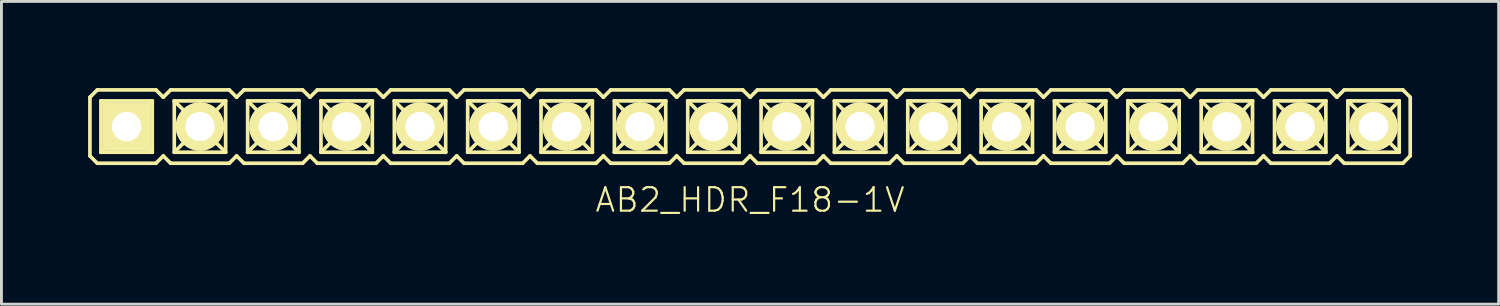
<source format=kicad_pcb>
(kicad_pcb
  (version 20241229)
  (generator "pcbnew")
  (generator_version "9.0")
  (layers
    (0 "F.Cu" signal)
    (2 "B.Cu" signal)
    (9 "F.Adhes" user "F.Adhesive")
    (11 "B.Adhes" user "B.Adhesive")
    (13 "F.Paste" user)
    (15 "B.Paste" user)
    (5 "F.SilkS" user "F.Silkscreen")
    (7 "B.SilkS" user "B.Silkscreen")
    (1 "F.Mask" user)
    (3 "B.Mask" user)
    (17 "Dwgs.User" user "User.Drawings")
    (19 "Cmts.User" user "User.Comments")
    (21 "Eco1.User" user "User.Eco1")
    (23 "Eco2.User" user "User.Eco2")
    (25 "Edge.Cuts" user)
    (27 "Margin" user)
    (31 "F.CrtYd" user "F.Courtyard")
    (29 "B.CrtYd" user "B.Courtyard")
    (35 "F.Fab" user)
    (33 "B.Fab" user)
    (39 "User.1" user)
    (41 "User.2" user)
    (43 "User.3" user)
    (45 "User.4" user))
  (footprint "AB2_HDR_F18-1V"
    (layer "F.Cu")
    (at 22.924 1.333)
    (property "Reference" "AB2_HDR_F18-1V" (at 0 2.54 0) (layer "F.SilkS") (effects (font (size 0.813 0.813) (thickness 0.076))))
    (attr through_hole)
    (fp_line (start -22.86 -1.016) (end -22.606 -1.27) (stroke (width 0.127) (type solid)) (layer "F.SilkS"))
    (fp_line (start -22.86 1.016) (end -22.86 -1.016) (stroke (width 0.127) (type solid)) (layer "F.SilkS"))
    (fp_line (start -22.606 -1.27) (end -20.574 -1.27) (stroke (width 0.127) (type solid)) (layer "F.SilkS"))
    (fp_line (start -22.606 1.27) (end -22.86 1.016) (stroke (width 0.127) (type solid)) (layer "F.SilkS"))
    (fp_line (start -22.479 -0.889) (end -20.701 -0.889) (stroke (width 0.127) (type solid)) (layer "F.SilkS"))
    (fp_line (start -22.479 0.889) (end -22.479 -0.889) (stroke (width 0.127) (type solid)) (layer "F.SilkS"))
    (fp_line (start -22.098 -0.508) (end -22.479 -0.889) (stroke (width 0.127) (type solid)) (layer "F.SilkS"))
    (fp_line (start -22.098 -0.508) (end -21.082 -0.508) (stroke (width 0.127) (type solid)) (layer "F.SilkS"))
    (fp_line (start -22.098 0.508) (end -22.479 0.889) (stroke (width 0.127) (type solid)) (layer "F.SilkS"))
    (fp_line (start -22.098 0.508) (end -22.098 -0.508) (stroke (width 0.127) (type solid)) (layer "F.SilkS"))
    (fp_line (start -21.082 -0.508) (end -21.082 0.508) (stroke (width 0.127) (type solid)) (layer "F.SilkS"))
    (fp_line (start -21.082 -0.508) (end -20.701 -0.889) (stroke (width 0.127) (type solid)) (layer "F.SilkS"))
    (fp_line (start -21.082 0.508) (end -22.098 0.508) (stroke (width 0.127) (type solid)) (layer "F.SilkS"))
    (fp_line (start -21.082 0.508) (end -20.701 0.889) (stroke (width 0.127) (type solid)) (layer "F.SilkS"))
    (fp_line (start -20.701 -0.889) (end -20.701 0.889) (stroke (width 0.127) (type solid)) (layer "F.SilkS"))
    (fp_line (start -20.701 0.889) (end -22.479 0.889) (stroke (width 0.127) (type solid)) (layer "F.SilkS"))
    (fp_line (start -20.574 -1.27) (end -20.32 -1.016) (stroke (width 0.127) (type solid)) (layer "F.SilkS"))
    (fp_line (start -20.574 1.27) (end -22.606 1.27) (stroke (width 0.127) (type solid)) (layer "F.SilkS"))
    (fp_line (start -20.32 -1.016) (end -20.066 -1.27) (stroke (width 0.127) (type solid)) (layer "F.SilkS"))
    (fp_line (start -20.32 1.016) (end -20.574 1.27) (stroke (width 0.127) (type solid)) (layer "F.SilkS"))
    (fp_line (start -20.066 -1.27) (end -18.034 -1.27) (stroke (width 0.127) (type solid)) (layer "F.SilkS"))
    (fp_line (start -20.066 1.27) (end -20.32 1.016) (stroke (width 0.127) (type solid)) (layer "F.SilkS"))
    (fp_line (start -19.939 -0.889) (end -18.161 -0.889) (stroke (width 0.127) (type solid)) (layer "F.SilkS"))
    (fp_line (start -19.939 0.889) (end -19.939 -0.889) (stroke (width 0.127) (type solid)) (layer "F.SilkS"))
    (fp_line (start -19.558 -0.508) (end -19.939 -0.889) (stroke (width 0.127) (type solid)) (layer "F.SilkS"))
    (fp_line (start -19.558 -0.508) (end -18.542 -0.508) (stroke (width 0.127) (type solid)) (layer "F.SilkS"))
    (fp_line (start -19.558 0.508) (end -19.939 0.889) (stroke (width 0.127) (type solid)) (layer "F.SilkS"))
    (fp_line (start -19.558 0.508) (end -19.558 -0.508) (stroke (width 0.127) (type solid)) (layer "F.SilkS"))
    (fp_line (start -18.542 -0.508) (end -18.542 0.508) (stroke (width 0.127) (type solid)) (layer "F.SilkS"))
    (fp_line (start -18.542 -0.508) (end -18.161 -0.889) (stroke (width 0.127) (type solid)) (layer "F.SilkS"))
    (fp_line (start -18.542 0.508) (end -19.558 0.508) (stroke (width 0.127) (type solid)) (layer "F.SilkS"))
    (fp_line (start -18.542 0.508) (end -18.161 0.889) (stroke (width 0.127) (type solid)) (layer "F.SilkS"))
    (fp_line (start -18.161 -0.889) (end -18.161 0.889) (stroke (width 0.127) (type solid)) (layer "F.SilkS"))
    (fp_line (start -18.161 0.889) (end -19.939 0.889) (stroke (width 0.127) (type solid)) (layer "F.SilkS"))
    (fp_line (start -18.034 -1.27) (end -17.78 -1.016) (stroke (width 0.127) (type solid)) (layer "F.SilkS"))
    (fp_line (start -18.034 1.27) (end -20.066 1.27) (stroke (width 0.127) (type solid)) (layer "F.SilkS"))
    (fp_line (start -17.78 -1.016) (end -17.526 -1.27) (stroke (width 0.127) (type solid)) (layer "F.SilkS"))
    (fp_line (start -17.78 1.016) (end -18.034 1.27) (stroke (width 0.127) (type solid)) (layer "F.SilkS"))
    (fp_line (start -17.526 -1.27) (end -15.494 -1.27) (stroke (width 0.127) (type solid)) (layer "F.SilkS"))
    (fp_line (start -17.526 1.27) (end -17.78 1.016) (stroke (width 0.127) (type solid)) (layer "F.SilkS"))
    (fp_line (start -17.399 -0.889) (end -15.621 -0.889) (stroke (width 0.127) (type solid)) (layer "F.SilkS"))
    (fp_line (start -17.399 0.889) (end -17.399 -0.889) (stroke (width 0.127) (type solid)) (layer "F.SilkS"))
    (fp_line (start -17.018 -0.508) (end -17.399 -0.889) (stroke (width 0.127) (type solid)) (layer "F.SilkS"))
    (fp_line (start -17.018 -0.508) (end -16.002 -0.508) (stroke (width 0.127) (type solid)) (layer "F.SilkS"))
    (fp_line (start -17.018 0.508) (end -17.399 0.889) (stroke (width 0.127) (type solid)) (layer "F.SilkS"))
    (fp_line (start -17.018 0.508) (end -17.018 -0.508) (stroke (width 0.127) (type solid)) (layer "F.SilkS"))
    (fp_line (start -16.002 -0.508) (end -16.002 0.508) (stroke (width 0.127) (type solid)) (layer "F.SilkS"))
    (fp_line (start -16.002 -0.508) (end -15.621 -0.889) (stroke (width 0.127) (type solid)) (layer "F.SilkS"))
    (fp_line (start -16.002 0.508) (end -17.018 0.508) (stroke (width 0.127) (type solid)) (layer "F.SilkS"))
    (fp_line (start -16.002 0.508) (end -15.621 0.889) (stroke (width 0.127) (type solid)) (layer "F.SilkS"))
    (fp_line (start -15.621 -0.889) (end -15.621 0.889) (stroke (width 0.127) (type solid)) (layer "F.SilkS"))
    (fp_line (start -15.621 0.889) (end -17.399 0.889) (stroke (width 0.127) (type solid)) (layer "F.SilkS"))
    (fp_line (start -15.494 -1.27) (end -15.24 -1.016) (stroke (width 0.127) (type solid)) (layer "F.SilkS"))
    (fp_line (start -15.494 1.27) (end -17.526 1.27) (stroke (width 0.127) (type solid)) (layer "F.SilkS"))
    (fp_line (start -15.24 -1.016) (end -14.986 -1.27) (stroke (width 0.127) (type solid)) (layer "F.SilkS"))
    (fp_line (start -15.24 1.016) (end -15.494 1.27) (stroke (width 0.127) (type solid)) (layer "F.SilkS"))
    (fp_line (start -14.986 -1.27) (end -12.954 -1.27) (stroke (width 0.127) (type solid)) (layer "F.SilkS"))
    (fp_line (start -14.986 1.27) (end -15.24 1.016) (stroke (width 0.127) (type solid)) (layer "F.SilkS"))
    (fp_line (start -14.859 -0.889) (end -13.081 -0.889) (stroke (width 0.127) (type solid)) (layer "F.SilkS"))
    (fp_line (start -14.859 0.889) (end -14.859 -0.889) (stroke (width 0.127) (type solid)) (layer "F.SilkS"))
    (fp_line (start -14.478 -0.508) (end -14.859 -0.889) (stroke (width 0.127) (type solid)) (layer "F.SilkS"))
    (fp_line (start -14.478 -0.508) (end -13.462 -0.508) (stroke (width 0.127) (type solid)) (layer "F.SilkS"))
    (fp_line (start -14.478 0.508) (end -14.859 0.889) (stroke (width 0.127) (type solid)) (layer "F.SilkS"))
    (fp_line (start -14.478 0.508) (end -14.478 -0.508) (stroke (width 0.127) (type solid)) (layer "F.SilkS"))
    (fp_line (start -13.462 -0.508) (end -13.462 0.508) (stroke (width 0.127) (type solid)) (layer "F.SilkS"))
    (fp_line (start -13.462 -0.508) (end -13.081 -0.889) (stroke (width 0.127) (type solid)) (layer "F.SilkS"))
    (fp_line (start -13.462 0.508) (end -14.478 0.508) (stroke (width 0.127) (type solid)) (layer "F.SilkS"))
    (fp_line (start -13.462 0.508) (end -13.081 0.889) (stroke (width 0.127) (type solid)) (layer "F.SilkS"))
    (fp_line (start -13.081 -0.889) (end -13.081 0.889) (stroke (width 0.127) (type solid)) (layer "F.SilkS"))
    (fp_line (start -13.081 0.889) (end -14.859 0.889) (stroke (width 0.127) (type solid)) (layer "F.SilkS"))
    (fp_line (start -12.954 -1.27) (end -12.7 -1.016) (stroke (width 0.127) (type solid)) (layer "F.SilkS"))
    (fp_line (start -12.954 1.27) (end -14.986 1.27) (stroke (width 0.127) (type solid)) (layer "F.SilkS"))
    (fp_line (start -12.7 -1.016) (end -12.446 -1.27) (stroke (width 0.127) (type solid)) (layer "F.SilkS"))
    (fp_line (start -12.7 1.016) (end -12.954 1.27) (stroke (width 0.127) (type solid)) (layer "F.SilkS"))
    (fp_line (start -12.446 -1.27) (end -10.414 -1.27) (stroke (width 0.127) (type solid)) (layer "F.SilkS"))
    (fp_line (start -12.446 1.27) (end -12.7 1.016) (stroke (width 0.127) (type solid)) (layer "F.SilkS"))
    (fp_line (start -12.319 -0.889) (end -10.541 -0.889) (stroke (width 0.127) (type solid)) (layer "F.SilkS"))
    (fp_line (start -12.319 0.889) (end -12.319 -0.889) (stroke (width 0.127) (type solid)) (layer "F.SilkS"))
    (fp_line (start -11.938 -0.508) (end -12.319 -0.889) (stroke (width 0.127) (type solid)) (layer "F.SilkS"))
    (fp_line (start -11.938 -0.508) (end -10.922 -0.508) (stroke (width 0.127) (type solid)) (layer "F.SilkS"))
    (fp_line (start -11.938 0.508) (end -12.319 0.889) (stroke (width 0.127) (type solid)) (layer "F.SilkS"))
    (fp_line (start -11.938 0.508) (end -11.938 -0.508) (stroke (width 0.127) (type solid)) (layer "F.SilkS"))
    (fp_line (start -10.922 -0.508) (end -10.922 0.508) (stroke (width 0.127) (type solid)) (layer "F.SilkS"))
    (fp_line (start -10.922 -0.508) (end -10.541 -0.889) (stroke (width 0.127) (type solid)) (layer "F.SilkS"))
    (fp_line (start -10.922 0.508) (end -11.938 0.508) (stroke (width 0.127) (type solid)) (layer "F.SilkS"))
    (fp_line (start -10.922 0.508) (end -10.541 0.889) (stroke (width 0.127) (type solid)) (layer "F.SilkS"))
    (fp_line (start -10.541 -0.889) (end -10.541 0.889) (stroke (width 0.127) (type solid)) (layer "F.SilkS"))
    (fp_line (start -10.541 0.889) (end -12.319 0.889) (stroke (width 0.127) (type solid)) (layer "F.SilkS"))
    (fp_line (start -10.414 -1.27) (end -10.16 -1.016) (stroke (width 0.127) (type solid)) (layer "F.SilkS"))
    (fp_line (start -10.414 1.27) (end -12.446 1.27) (stroke (width 0.127) (type solid)) (layer "F.SilkS"))
    (fp_line (start -10.16 -1.016) (end -9.906 -1.27) (stroke (width 0.127) (type solid)) (layer "F.SilkS"))
    (fp_line (start -10.16 1.016) (end -10.414 1.27) (stroke (width 0.127) (type solid)) (layer "F.SilkS"))
    (fp_line (start -9.906 -1.27) (end -7.874 -1.27) (stroke (width 0.127) (type solid)) (layer "F.SilkS"))
    (fp_line (start -9.906 1.27) (end -10.16 1.016) (stroke (width 0.127) (type solid)) (layer "F.SilkS"))
    (fp_line (start -9.779 -0.889) (end -8.001 -0.889) (stroke (width 0.127) (type solid)) (layer "F.SilkS"))
    (fp_line (start -9.779 0.889) (end -9.779 -0.889) (stroke (width 0.127) (type solid)) (layer "F.SilkS"))
    (fp_line (start -9.398 -0.508) (end -9.779 -0.889) (stroke (width 0.127) (type solid)) (layer "F.SilkS"))
    (fp_line (start -9.398 -0.508) (end -8.382 -0.508) (stroke (width 0.127) (type solid)) (layer "F.SilkS"))
    (fp_line (start -9.398 0.508) (end -9.779 0.889) (stroke (width 0.127) (type solid)) (layer "F.SilkS"))
    (fp_line (start -9.398 0.508) (end -9.398 -0.508) (stroke (width 0.127) (type solid)) (layer "F.SilkS"))
    (fp_line (start -8.382 -0.508) (end -8.382 0.508) (stroke (width 0.127) (type solid)) (layer "F.SilkS"))
    (fp_line (start -8.382 -0.508) (end -8.001 -0.889) (stroke (width 0.127) (type solid)) (layer "F.SilkS"))
    (fp_line (start -8.382 0.508) (end -9.398 0.508) (stroke (width 0.127) (type solid)) (layer "F.SilkS"))
    (fp_line (start -8.382 0.508) (end -8.001 0.889) (stroke (width 0.127) (type solid)) (layer "F.SilkS"))
    (fp_line (start -8.001 -0.889) (end -8.001 0.889) (stroke (width 0.127) (type solid)) (layer "F.SilkS"))
    (fp_line (start -8.001 0.889) (end -9.779 0.889) (stroke (width 0.127) (type solid)) (layer "F.SilkS"))
    (fp_line (start -7.874 -1.27) (end -7.62 -1.016) (stroke (width 0.127) (type solid)) (layer "F.SilkS"))
    (fp_line (start -7.874 1.27) (end -9.906 1.27) (stroke (width 0.127) (type solid)) (layer "F.SilkS"))
    (fp_line (start -7.62 -1.016) (end -7.366 -1.27) (stroke (width 0.127) (type solid)) (layer "F.SilkS"))
    (fp_line (start -7.62 1.016) (end -7.874 1.27) (stroke (width 0.127) (type solid)) (layer "F.SilkS"))
    (fp_line (start -7.366 -1.27) (end -5.334 -1.27) (stroke (width 0.127) (type solid)) (layer "F.SilkS"))
    (fp_line (start -7.366 1.27) (end -7.62 1.016) (stroke (width 0.127) (type solid)) (layer "F.SilkS"))
    (fp_line (start -7.239 -0.889) (end -5.461 -0.889) (stroke (width 0.127) (type solid)) (layer "F.SilkS"))
    (fp_line (start -7.239 0.889) (end -7.239 -0.889) (stroke (width 0.127) (type solid)) (layer "F.SilkS"))
    (fp_line (start -6.858 -0.508) (end -7.239 -0.889) (stroke (width 0.127) (type solid)) (layer "F.SilkS"))
    (fp_line (start -6.858 -0.508) (end -5.842 -0.508) (stroke (width 0.127) (type solid)) (layer "F.SilkS"))
    (fp_line (start -6.858 0.508) (end -7.239 0.889) (stroke (width 0.127) (type solid)) (layer "F.SilkS"))
    (fp_line (start -6.858 0.508) (end -6.858 -0.508) (stroke (width 0.127) (type solid)) (layer "F.SilkS"))
    (fp_line (start -5.842 -0.508) (end -5.842 0.508) (stroke (width 0.127) (type solid)) (layer "F.SilkS"))
    (fp_line (start -5.842 -0.508) (end -5.461 -0.889) (stroke (width 0.127) (type solid)) (layer "F.SilkS"))
    (fp_line (start -5.842 0.508) (end -6.858 0.508) (stroke (width 0.127) (type solid)) (layer "F.SilkS"))
    (fp_line (start -5.842 0.508) (end -5.461 0.889) (stroke (width 0.127) (type solid)) (layer "F.SilkS"))
    (fp_line (start -5.461 -0.889) (end -5.461 0.889) (stroke (width 0.127) (type solid)) (layer "F.SilkS"))
    (fp_line (start -5.461 0.889) (end -7.239 0.889) (stroke (width 0.127) (type solid)) (layer "F.SilkS"))
    (fp_line (start -5.334 -1.27) (end -5.08 -1.016) (stroke (width 0.127) (type solid)) (layer "F.SilkS"))
    (fp_line (start -5.334 1.27) (end -7.366 1.27) (stroke (width 0.127) (type solid)) (layer "F.SilkS"))
    (fp_line (start -5.08 -1.016) (end -4.826 -1.27) (stroke (width 0.127) (type solid)) (layer "F.SilkS"))
    (fp_line (start -5.08 1.016) (end -5.334 1.27) (stroke (width 0.127) (type solid)) (layer "F.SilkS"))
    (fp_line (start -4.826 -1.27) (end -2.794 -1.27) (stroke (width 0.127) (type solid)) (layer "F.SilkS"))
    (fp_line (start -4.826 1.27) (end -5.08 1.016) (stroke (width 0.127) (type solid)) (layer "F.SilkS"))
    (fp_line (start -4.699 -0.889) (end -2.921 -0.889) (stroke (width 0.127) (type solid)) (layer "F.SilkS"))
    (fp_line (start -4.699 0.889) (end -4.699 -0.889) (stroke (width 0.127) (type solid)) (layer "F.SilkS"))
    (fp_line (start -4.318 -0.508) (end -4.699 -0.889) (stroke (width 0.127) (type solid)) (layer "F.SilkS"))
    (fp_line (start -4.318 -0.508) (end -3.302 -0.508) (stroke (width 0.127) (type solid)) (layer "F.SilkS"))
    (fp_line (start -4.318 0.508) (end -4.699 0.889) (stroke (width 0.127) (type solid)) (layer "F.SilkS"))
    (fp_line (start -4.318 0.508) (end -4.318 -0.508) (stroke (width 0.127) (type solid)) (layer "F.SilkS"))
    (fp_line (start -3.302 -0.508) (end -3.302 0.508) (stroke (width 0.127) (type solid)) (layer "F.SilkS"))
    (fp_line (start -3.302 -0.508) (end -2.921 -0.889) (stroke (width 0.127) (type solid)) (layer "F.SilkS"))
    (fp_line (start -3.302 0.508) (end -4.318 0.508) (stroke (width 0.127) (type solid)) (layer "F.SilkS"))
    (fp_line (start -3.302 0.508) (end -2.921 0.889) (stroke (width 0.127) (type solid)) (layer "F.SilkS"))
    (fp_line (start -2.921 -0.889) (end -2.921 0.889) (stroke (width 0.127) (type solid)) (layer "F.SilkS"))
    (fp_line (start -2.921 0.889) (end -4.699 0.889) (stroke (width 0.127) (type solid)) (layer "F.SilkS"))
    (fp_line (start -2.794 -1.27) (end -2.54 -1.016) (stroke (width 0.127) (type solid)) (layer "F.SilkS"))
    (fp_line (start -2.794 1.27) (end -4.826 1.27) (stroke (width 0.127) (type solid)) (layer "F.SilkS"))
    (fp_line (start -2.54 -1.016) (end -2.286 -1.27) (stroke (width 0.127) (type solid)) (layer "F.SilkS"))
    (fp_line (start -2.54 1.016) (end -2.794 1.27) (stroke (width 0.127) (type solid)) (layer "F.SilkS"))
    (fp_line (start -2.286 -1.27) (end -0.254 -1.27) (stroke (width 0.127) (type solid)) (layer "F.SilkS"))
    (fp_line (start -2.286 1.27) (end -2.54 1.016) (stroke (width 0.127) (type solid)) (layer "F.SilkS"))
    (fp_line (start -2.159 -0.889) (end -0.381 -0.889) (stroke (width 0.127) (type solid)) (layer "F.SilkS"))
    (fp_line (start -2.159 0.889) (end -2.159 -0.889) (stroke (width 0.127) (type solid)) (layer "F.SilkS"))
    (fp_line (start -1.778 -0.508) (end -2.159 -0.889) (stroke (width 0.127) (type solid)) (layer "F.SilkS"))
    (fp_line (start -1.778 -0.508) (end -0.762 -0.508) (stroke (width 0.127) (type solid)) (layer "F.SilkS"))
    (fp_line (start -1.778 0.508) (end -2.159 0.889) (stroke (width 0.127) (type solid)) (layer "F.SilkS"))
    (fp_line (start -1.778 0.508) (end -1.778 -0.508) (stroke (width 0.127) (type solid)) (layer "F.SilkS"))
    (fp_line (start -0.762 -0.508) (end -0.762 0.508) (stroke (width 0.127) (type solid)) (layer "F.SilkS"))
    (fp_line (start -0.762 -0.508) (end -0.381 -0.889) (stroke (width 0.127) (type solid)) (layer "F.SilkS"))
    (fp_line (start -0.762 0.508) (end -1.778 0.508) (stroke (width 0.127) (type solid)) (layer "F.SilkS"))
    (fp_line (start -0.762 0.508) (end -0.381 0.889) (stroke (width 0.127) (type solid)) (layer "F.SilkS"))
    (fp_line (start -0.381 -0.889) (end -0.381 0.889) (stroke (width 0.127) (type solid)) (layer "F.SilkS"))
    (fp_line (start -0.381 0.889) (end -2.159 0.889) (stroke (width 0.127) (type solid)) (layer "F.SilkS"))
    (fp_line (start -0.254 -1.27) (end 0 -1.016) (stroke (width 0.127) (type solid)) (layer "F.SilkS"))
    (fp_line (start -0.254 1.27) (end -2.286 1.27) (stroke (width 0.127) (type solid)) (layer "F.SilkS"))
    (fp_line (start 0 -1.016) (end 0.254 -1.27) (stroke (width 0.127) (type solid)) (layer "F.SilkS"))
    (fp_line (start 0 1.016) (end -0.254 1.27) (stroke (width 0.127) (type solid)) (layer "F.SilkS"))
    (fp_line (start 0.254 -1.27) (end 2.286 -1.27) (stroke (width 0.127) (type solid)) (layer "F.SilkS"))
    (fp_line (start 0.254 1.27) (end 0 1.016) (stroke (width 0.127) (type solid)) (layer "F.SilkS"))
    (fp_line (start 0.381 -0.889) (end 2.159 -0.889) (stroke (width 0.127) (type solid)) (layer "F.SilkS"))
    (fp_line (start 0.381 0.889) (end 0.381 -0.889) (stroke (width 0.127) (type solid)) (layer "F.SilkS"))
    (fp_line (start 0.762 -0.508) (end 0.381 -0.889) (stroke (width 0.127) (type solid)) (layer "F.SilkS"))
    (fp_line (start 0.762 -0.508) (end 1.778 -0.508) (stroke (width 0.127) (type solid)) (layer "F.SilkS"))
    (fp_line (start 0.762 0.508) (end 0.381 0.889) (stroke (width 0.127) (type solid)) (layer "F.SilkS"))
    (fp_line (start 0.762 0.508) (end 0.762 -0.508) (stroke (width 0.127) (type solid)) (layer "F.SilkS"))
    (fp_line (start 1.778 -0.508) (end 1.778 0.508) (stroke (width 0.127) (type solid)) (layer "F.SilkS"))
    (fp_line (start 1.778 -0.508) (end 2.159 -0.889) (stroke (width 0.127) (type solid)) (layer "F.SilkS"))
    (fp_line (start 1.778 0.508) (end 0.762 0.508) (stroke (width 0.127) (type solid)) (layer "F.SilkS"))
    (fp_line (start 1.778 0.508) (end 2.159 0.889) (stroke (width 0.127) (type solid)) (layer "F.SilkS"))
    (fp_line (start 2.159 -0.889) (end 2.159 0.889) (stroke (width 0.127) (type solid)) (layer "F.SilkS"))
    (fp_line (start 2.159 0.889) (end 0.381 0.889) (stroke (width 0.127) (type solid)) (layer "F.SilkS"))
    (fp_line (start 2.286 -1.27) (end 2.54 -1.016) (stroke (width 0.127) (type solid)) (layer "F.SilkS"))
    (fp_line (start 2.286 1.27) (end 0.254 1.27) (stroke (width 0.127) (type solid)) (layer "F.SilkS"))
    (fp_line (start 2.54 -1.016) (end 2.794 -1.27) (stroke (width 0.127) (type solid)) (layer "F.SilkS"))
    (fp_line (start 2.54 1.016) (end 2.286 1.27) (stroke (width 0.127) (type solid)) (layer "F.SilkS"))
    (fp_line (start 2.794 -1.27) (end 4.826 -1.27) (stroke (width 0.127) (type solid)) (layer "F.SilkS"))
    (fp_line (start 2.794 1.27) (end 2.54 1.016) (stroke (width 0.127) (type solid)) (layer "F.SilkS"))
    (fp_line (start 2.921 -0.889) (end 4.699 -0.889) (stroke (width 0.127) (type solid)) (layer "F.SilkS"))
    (fp_line (start 2.921 0.889) (end 2.921 -0.889) (stroke (width 0.127) (type solid)) (layer "F.SilkS"))
    (fp_line (start 3.302 -0.508) (end 2.921 -0.889) (stroke (width 0.127) (type solid)) (layer "F.SilkS"))
    (fp_line (start 3.302 -0.508) (end 4.318 -0.508) (stroke (width 0.127) (type solid)) (layer "F.SilkS"))
    (fp_line (start 3.302 0.508) (end 2.921 0.889) (stroke (width 0.127) (type solid)) (layer "F.SilkS"))
    (fp_line (start 3.302 0.508) (end 3.302 -0.508) (stroke (width 0.127) (type solid)) (layer "F.SilkS"))
    (fp_line (start 4.318 -0.508) (end 4.318 0.508) (stroke (width 0.127) (type solid)) (layer "F.SilkS"))
    (fp_line (start 4.318 -0.508) (end 4.699 -0.889) (stroke (width 0.127) (type solid)) (layer "F.SilkS"))
    (fp_line (start 4.318 0.508) (end 3.302 0.508) (stroke (width 0.127) (type solid)) (layer "F.SilkS"))
    (fp_line (start 4.318 0.508) (end 4.699 0.889) (stroke (width 0.127) (type solid)) (layer "F.SilkS"))
    (fp_line (start 4.699 -0.889) (end 4.699 0.889) (stroke (width 0.127) (type solid)) (layer "F.SilkS"))
    (fp_line (start 4.699 0.889) (end 2.921 0.889) (stroke (width 0.127) (type solid)) (layer "F.SilkS"))
    (fp_line (start 4.826 -1.27) (end 5.08 -1.016) (stroke (width 0.127) (type solid)) (layer "F.SilkS"))
    (fp_line (start 4.826 1.27) (end 2.794 1.27) (stroke (width 0.127) (type solid)) (layer "F.SilkS"))
    (fp_line (start 5.08 -1.016) (end 5.334 -1.27) (stroke (width 0.127) (type solid)) (layer "F.SilkS"))
    (fp_line (start 5.08 1.016) (end 4.826 1.27) (stroke (width 0.127) (type solid)) (layer "F.SilkS"))
    (fp_line (start 5.334 -1.27) (end 7.366 -1.27) (stroke (width 0.127) (type solid)) (layer "F.SilkS"))
    (fp_line (start 5.334 1.27) (end 5.08 1.016) (stroke (width 0.127) (type solid)) (layer "F.SilkS"))
    (fp_line (start 5.461 -0.889) (end 7.239 -0.889) (stroke (width 0.127) (type solid)) (layer "F.SilkS"))
    (fp_line (start 5.461 0.889) (end 5.461 -0.889) (stroke (width 0.127) (type solid)) (layer "F.SilkS"))
    (fp_line (start 5.842 -0.508) (end 5.461 -0.889) (stroke (width 0.127) (type solid)) (layer "F.SilkS"))
    (fp_line (start 5.842 -0.508) (end 6.858 -0.508) (stroke (width 0.127) (type solid)) (layer "F.SilkS"))
    (fp_line (start 5.842 0.508) (end 5.461 0.889) (stroke (width 0.127) (type solid)) (layer "F.SilkS"))
    (fp_line (start 5.842 0.508) (end 5.842 -0.508) (stroke (width 0.127) (type solid)) (layer "F.SilkS"))
    (fp_line (start 6.858 -0.508) (end 6.858 0.508) (stroke (width 0.127) (type solid)) (layer "F.SilkS"))
    (fp_line (start 6.858 -0.508) (end 7.239 -0.889) (stroke (width 0.127) (type solid)) (layer "F.SilkS"))
    (fp_line (start 6.858 0.508) (end 5.842 0.508) (stroke (width 0.127) (type solid)) (layer "F.SilkS"))
    (fp_line (start 6.858 0.508) (end 7.239 0.889) (stroke (width 0.127) (type solid)) (layer "F.SilkS"))
    (fp_line (start 7.239 -0.889) (end 7.239 0.889) (stroke (width 0.127) (type solid)) (layer "F.SilkS"))
    (fp_line (start 7.239 0.889) (end 5.461 0.889) (stroke (width 0.127) (type solid)) (layer "F.SilkS"))
    (fp_line (start 7.366 -1.27) (end 7.62 -1.016) (stroke (width 0.127) (type solid)) (layer "F.SilkS"))
    (fp_line (start 7.366 1.27) (end 5.334 1.27) (stroke (width 0.127) (type solid)) (layer "F.SilkS"))
    (fp_line (start 7.62 -1.016) (end 7.874 -1.27) (stroke (width 0.127) (type solid)) (layer "F.SilkS"))
    (fp_line (start 7.62 1.016) (end 7.366 1.27) (stroke (width 0.127) (type solid)) (layer "F.SilkS"))
    (fp_line (start 7.874 -1.27) (end 9.906 -1.27) (stroke (width 0.127) (type solid)) (layer "F.SilkS"))
    (fp_line (start 7.874 1.27) (end 7.62 1.016) (stroke (width 0.127) (type solid)) (layer "F.SilkS"))
    (fp_line (start 8.001 -0.889) (end 9.779 -0.889) (stroke (width 0.127) (type solid)) (layer "F.SilkS"))
    (fp_line (start 8.001 0.889) (end 8.001 -0.889) (stroke (width 0.127) (type solid)) (layer "F.SilkS"))
    (fp_line (start 8.382 -0.508) (end 8.001 -0.889) (stroke (width 0.127) (type solid)) (layer "F.SilkS"))
    (fp_line (start 8.382 -0.508) (end 9.398 -0.508) (stroke (width 0.127) (type solid)) (layer "F.SilkS"))
    (fp_line (start 8.382 0.508) (end 8.001 0.889) (stroke (width 0.127) (type solid)) (layer "F.SilkS"))
    (fp_line (start 8.382 0.508) (end 8.382 -0.508) (stroke (width 0.127) (type solid)) (layer "F.SilkS"))
    (fp_line (start 9.398 -0.508) (end 9.398 0.508) (stroke (width 0.127) (type solid)) (layer "F.SilkS"))
    (fp_line (start 9.398 -0.508) (end 9.779 -0.889) (stroke (width 0.127) (type solid)) (layer "F.SilkS"))
    (fp_line (start 9.398 0.508) (end 8.382 0.508) (stroke (width 0.127) (type solid)) (layer "F.SilkS"))
    (fp_line (start 9.398 0.508) (end 9.779 0.889) (stroke (width 0.127) (type solid)) (layer "F.SilkS"))
    (fp_line (start 9.779 -0.889) (end 9.779 0.889) (stroke (width 0.127) (type solid)) (layer "F.SilkS"))
    (fp_line (start 9.779 0.889) (end 8.001 0.889) (stroke (width 0.127) (type solid)) (layer "F.SilkS"))
    (fp_line (start 9.906 -1.27) (end 10.16 -1.016) (stroke (width 0.127) (type solid)) (layer "F.SilkS"))
    (fp_line (start 9.906 1.27) (end 7.874 1.27) (stroke (width 0.127) (type solid)) (layer "F.SilkS"))
    (fp_line (start 10.16 -1.016) (end 10.414 -1.27) (stroke (width 0.127) (type solid)) (layer "F.SilkS"))
    (fp_line (start 10.16 1.016) (end 9.906 1.27) (stroke (width 0.127) (type solid)) (layer "F.SilkS"))
    (fp_line (start 10.414 -1.27) (end 12.446 -1.27) (stroke (width 0.127) (type solid)) (layer "F.SilkS"))
    (fp_line (start 10.414 1.27) (end 10.16 1.016) (stroke (width 0.127) (type solid)) (layer "F.SilkS"))
    (fp_line (start 10.541 -0.889) (end 12.319 -0.889) (stroke (width 0.127) (type solid)) (layer "F.SilkS"))
    (fp_line (start 10.541 0.889) (end 10.541 -0.889) (stroke (width 0.127) (type solid)) (layer "F.SilkS"))
    (fp_line (start 10.922 -0.508) (end 10.541 -0.889) (stroke (width 0.127) (type solid)) (layer "F.SilkS"))
    (fp_line (start 10.922 -0.508) (end 11.938 -0.508) (stroke (width 0.127) (type solid)) (layer "F.SilkS"))
    (fp_line (start 10.922 0.508) (end 10.541 0.889) (stroke (width 0.127) (type solid)) (layer "F.SilkS"))
    (fp_line (start 10.922 0.508) (end 10.922 -0.508) (stroke (width 0.127) (type solid)) (layer "F.SilkS"))
    (fp_line (start 11.938 -0.508) (end 11.938 0.508) (stroke (width 0.127) (type solid)) (layer "F.SilkS"))
    (fp_line (start 11.938 -0.508) (end 12.319 -0.889) (stroke (width 0.127) (type solid)) (layer "F.SilkS"))
    (fp_line (start 11.938 0.508) (end 10.922 0.508) (stroke (width 0.127) (type solid)) (layer "F.SilkS"))
    (fp_line (start 11.938 0.508) (end 12.319 0.889) (stroke (width 0.127) (type solid)) (layer "F.SilkS"))
    (fp_line (start 12.319 -0.889) (end 12.319 0.889) (stroke (width 0.127) (type solid)) (layer "F.SilkS"))
    (fp_line (start 12.319 0.889) (end 10.541 0.889) (stroke (width 0.127) (type solid)) (layer "F.SilkS"))
    (fp_line (start 12.446 -1.27) (end 12.7 -1.016) (stroke (width 0.127) (type solid)) (layer "F.SilkS"))
    (fp_line (start 12.446 1.27) (end 10.414 1.27) (stroke (width 0.127) (type solid)) (layer "F.SilkS"))
    (fp_line (start 12.7 -1.016) (end 12.954 -1.27) (stroke (width 0.127) (type solid)) (layer "F.SilkS"))
    (fp_line (start 12.7 1.016) (end 12.446 1.27) (stroke (width 0.127) (type solid)) (layer "F.SilkS"))
    (fp_line (start 12.954 -1.27) (end 14.986 -1.27) (stroke (width 0.127) (type solid)) (layer "F.SilkS"))
    (fp_line (start 12.954 1.27) (end 12.7 1.016) (stroke (width 0.127) (type solid)) (layer "F.SilkS"))
    (fp_line (start 13.081 -0.889) (end 14.859 -0.889) (stroke (width 0.127) (type solid)) (layer "F.SilkS"))
    (fp_line (start 13.081 0.889) (end 13.081 -0.889) (stroke (width 0.127) (type solid)) (layer "F.SilkS"))
    (fp_line (start 13.462 -0.508) (end 13.081 -0.889) (stroke (width 0.127) (type solid)) (layer "F.SilkS"))
    (fp_line (start 13.462 -0.508) (end 14.478 -0.508) (stroke (width 0.127) (type solid)) (layer "F.SilkS"))
    (fp_line (start 13.462 0.508) (end 13.081 0.889) (stroke (width 0.127) (type solid)) (layer "F.SilkS"))
    (fp_line (start 13.462 0.508) (end 13.462 -0.508) (stroke (width 0.127) (type solid)) (layer "F.SilkS"))
    (fp_line (start 14.478 -0.508) (end 14.478 0.508) (stroke (width 0.127) (type solid)) (layer "F.SilkS"))
    (fp_line (start 14.478 -0.508) (end 14.859 -0.889) (stroke (width 0.127) (type solid)) (layer "F.SilkS"))
    (fp_line (start 14.478 0.508) (end 13.462 0.508) (stroke (width 0.127) (type solid)) (layer "F.SilkS"))
    (fp_line (start 14.478 0.508) (end 14.859 0.889) (stroke (width 0.127) (type solid)) (layer "F.SilkS"))
    (fp_line (start 14.859 -0.889) (end 14.859 0.889) (stroke (width 0.127) (type solid)) (layer "F.SilkS"))
    (fp_line (start 14.859 0.889) (end 13.081 0.889) (stroke (width 0.127) (type solid)) (layer "F.SilkS"))
    (fp_line (start 14.986 -1.27) (end 15.24 -1.016) (stroke (width 0.127) (type solid)) (layer "F.SilkS"))
    (fp_line (start 14.986 1.27) (end 12.954 1.27) (stroke (width 0.127) (type solid)) (layer "F.SilkS"))
    (fp_line (start 15.24 -1.016) (end 15.494 -1.27) (stroke (width 0.127) (type solid)) (layer "F.SilkS"))
    (fp_line (start 15.24 1.016) (end 14.986 1.27) (stroke (width 0.127) (type solid)) (layer "F.SilkS"))
    (fp_line (start 15.494 -1.27) (end 17.526 -1.27) (stroke (width 0.127) (type solid)) (layer "F.SilkS"))
    (fp_line (start 15.494 1.27) (end 15.24 1.016) (stroke (width 0.127) (type solid)) (layer "F.SilkS"))
    (fp_line (start 15.621 -0.889) (end 17.399 -0.889) (stroke (width 0.127) (type solid)) (layer "F.SilkS"))
    (fp_line (start 15.621 0.889) (end 15.621 -0.889) (stroke (width 0.127) (type solid)) (layer "F.SilkS"))
    (fp_line (start 16.002 -0.508) (end 15.621 -0.889) (stroke (width 0.127) (type solid)) (layer "F.SilkS"))
    (fp_line (start 16.002 -0.508) (end 17.018 -0.508) (stroke (width 0.127) (type solid)) (layer "F.SilkS"))
    (fp_line (start 16.002 0.508) (end 15.621 0.889) (stroke (width 0.127) (type solid)) (layer "F.SilkS"))
    (fp_line (start 16.002 0.508) (end 16.002 -0.508) (stroke (width 0.127) (type solid)) (layer "F.SilkS"))
    (fp_line (start 17.018 -0.508) (end 17.018 0.508) (stroke (width 0.127) (type solid)) (layer "F.SilkS"))
    (fp_line (start 17.018 -0.508) (end 17.399 -0.889) (stroke (width 0.127) (type solid)) (layer "F.SilkS"))
    (fp_line (start 17.018 0.508) (end 16.002 0.508) (stroke (width 0.127) (type solid)) (layer "F.SilkS"))
    (fp_line (start 17.018 0.508) (end 17.399 0.889) (stroke (width 0.127) (type solid)) (layer "F.SilkS"))
    (fp_line (start 17.399 -0.889) (end 17.399 0.889) (stroke (width 0.127) (type solid)) (layer "F.SilkS"))
    (fp_line (start 17.399 0.889) (end 15.621 0.889) (stroke (width 0.127) (type solid)) (layer "F.SilkS"))
    (fp_line (start 17.526 -1.27) (end 17.78 -1.016) (stroke (width 0.127) (type solid)) (layer "F.SilkS"))
    (fp_line (start 17.526 1.27) (end 15.494 1.27) (stroke (width 0.127) (type solid)) (layer "F.SilkS"))
    (fp_line (start 17.78 -1.016) (end 18.034 -1.27) (stroke (width 0.127) (type solid)) (layer "F.SilkS"))
    (fp_line (start 17.78 1.016) (end 17.526 1.27) (stroke (width 0.127) (type solid)) (layer "F.SilkS"))
    (fp_line (start 18.034 -1.27) (end 20.066 -1.27) (stroke (width 0.127) (type solid)) (layer "F.SilkS"))
    (fp_line (start 18.034 1.27) (end 17.78 1.016) (stroke (width 0.127) (type solid)) (layer "F.SilkS"))
    (fp_line (start 18.161 -0.889) (end 19.939 -0.889) (stroke (width 0.127) (type solid)) (layer "F.SilkS"))
    (fp_line (start 18.161 0.889) (end 18.161 -0.889) (stroke (width 0.127) (type solid)) (layer "F.SilkS"))
    (fp_line (start 18.542 -0.508) (end 18.161 -0.889) (stroke (width 0.127) (type solid)) (layer "F.SilkS"))
    (fp_line (start 18.542 -0.508) (end 19.558 -0.508) (stroke (width 0.127) (type solid)) (layer "F.SilkS"))
    (fp_line (start 18.542 0.508) (end 18.161 0.889) (stroke (width 0.127) (type solid)) (layer "F.SilkS"))
    (fp_line (start 18.542 0.508) (end 18.542 -0.508) (stroke (width 0.127) (type solid)) (layer "F.SilkS"))
    (fp_line (start 19.558 -0.508) (end 19.558 0.508) (stroke (width 0.127) (type solid)) (layer "F.SilkS"))
    (fp_line (start 19.558 -0.508) (end 19.939 -0.889) (stroke (width 0.127) (type solid)) (layer "F.SilkS"))
    (fp_line (start 19.558 0.508) (end 18.542 0.508) (stroke (width 0.127) (type solid)) (layer "F.SilkS"))
    (fp_line (start 19.558 0.508) (end 19.939 0.889) (stroke (width 0.127) (type solid)) (layer "F.SilkS"))
    (fp_line (start 19.939 -0.889) (end 19.939 0.889) (stroke (width 0.127) (type solid)) (layer "F.SilkS"))
    (fp_line (start 19.939 0.889) (end 18.161 0.889) (stroke (width 0.127) (type solid)) (layer "F.SilkS"))
    (fp_line (start 20.066 -1.27) (end 20.32 -1.016) (stroke (width 0.127) (type solid)) (layer "F.SilkS"))
    (fp_line (start 20.066 1.27) (end 18.034 1.27) (stroke (width 0.127) (type solid)) (layer "F.SilkS"))
    (fp_line (start 20.32 -1.016) (end 20.574 -1.27) (stroke (width 0.127) (type solid)) (layer "F.SilkS"))
    (fp_line (start 20.32 1.016) (end 20.066 1.27) (stroke (width 0.127) (type solid)) (layer "F.SilkS"))
    (fp_line (start 20.574 -1.27) (end 22.606 -1.27) (stroke (width 0.127) (type solid)) (layer "F.SilkS"))
    (fp_line (start 20.574 1.27) (end 20.32 1.016) (stroke (width 0.127) (type solid)) (layer "F.SilkS"))
    (fp_line (start 20.701 -0.889) (end 22.479 -0.889) (stroke (width 0.127) (type solid)) (layer "F.SilkS"))
    (fp_line (start 20.701 0.889) (end 20.701 -0.889) (stroke (width 0.127) (type solid)) (layer "F.SilkS"))
    (fp_line (start 21.082 -0.508) (end 20.701 -0.889) (stroke (width 0.127) (type solid)) (layer "F.SilkS"))
    (fp_line (start 21.082 -0.508) (end 22.098 -0.508) (stroke (width 0.127) (type solid)) (layer "F.SilkS"))
    (fp_line (start 21.082 0.508) (end 20.701 0.889) (stroke (width 0.127) (type solid)) (layer "F.SilkS"))
    (fp_line (start 21.082 0.508) (end 21.082 -0.508) (stroke (width 0.127) (type solid)) (layer "F.SilkS"))
    (fp_line (start 22.098 -0.508) (end 22.098 0.508) (stroke (width 0.127) (type solid)) (layer "F.SilkS"))
    (fp_line (start 22.098 -0.508) (end 22.479 -0.889) (stroke (width 0.127) (type solid)) (layer "F.SilkS"))
    (fp_line (start 22.098 0.508) (end 21.082 0.508) (stroke (width 0.127) (type solid)) (layer "F.SilkS"))
    (fp_line (start 22.098 0.508) (end 22.479 0.889) (stroke (width 0.127) (type solid)) (layer "F.SilkS"))
    (fp_line (start 22.479 -0.889) (end 22.479 0.889) (stroke (width 0.127) (type solid)) (layer "F.SilkS"))
    (fp_line (start 22.479 0.889) (end 20.701 0.889) (stroke (width 0.127) (type solid)) (layer "F.SilkS"))
    (fp_line (start 22.606 -1.27) (end 22.86 -1.016) (stroke (width 0.127) (type solid)) (layer "F.SilkS"))
    (fp_line (start 22.606 1.27) (end 20.574 1.27) (stroke (width 0.127) (type solid)) (layer "F.SilkS"))
    (fp_line (start 22.86 1.016) (end 22.606 1.27) (stroke (width 0.127) (type solid)) (layer "F.SilkS"))
    (fp_line (start 22.86 1.016) (end 22.86 -1.016) (stroke (width 0.127) (type solid)) (layer "F.SilkS"))
    (pad "1" thru_hole rect (at -21.59 0) (size 1.676 1.676) (drill 1.016) (layers "*.Cu" "*.Mask" "F.SilkS"))
    (pad "2" thru_hole circle (at -19.05 0) (size 1.676 1.676) (drill 1.016) (layers "*.Cu" "*.Mask" "F.SilkS"))
    (pad "3" thru_hole circle (at -16.51 0) (size 1.676 1.676) (drill 1.016) (layers "*.Cu" "*.Mask" "F.SilkS"))
    (pad "4" thru_hole circle (at -13.97 0) (size 1.676 1.676) (drill 1.016) (layers "*.Cu" "*.Mask" "F.SilkS"))
    (pad "5" thru_hole circle (at -11.43 0) (size 1.676 1.676) (drill 1.016) (layers "*.Cu" "*.Mask" "F.SilkS"))
    (pad "6" thru_hole circle (at -8.89 0) (size 1.676 1.676) (drill 1.016) (layers "*.Cu" "*.Mask" "F.SilkS"))
    (pad "7" thru_hole circle (at -6.35 0) (size 1.676 1.676) (drill 1.016) (layers "*.Cu" "*.Mask" "F.SilkS"))
    (pad "8" thru_hole circle (at -3.81 0) (size 1.676 1.676) (drill 1.016) (layers "*.Cu" "*.Mask" "F.SilkS"))
    (pad "9" thru_hole circle (at -1.27 0) (size 1.676 1.676) (drill 1.016) (layers "*.Cu" "*.Mask" "F.SilkS"))
    (pad "10" thru_hole circle (at 1.27 0) (size 1.676 1.676) (drill 1.016) (layers "*.Cu" "*.Mask" "F.SilkS"))
    (pad "11" thru_hole circle (at 3.81 0) (size 1.676 1.676) (drill 1.016) (layers "*.Cu" "*.Mask" "F.SilkS"))
    (pad "12" thru_hole circle (at 6.35 0) (size 1.676 1.676) (drill 1.016) (layers "*.Cu" "*.Mask" "F.SilkS"))
    (pad "13" thru_hole circle (at 8.89 0) (size 1.676 1.676) (drill 1.016) (layers "*.Cu" "*.Mask" "F.SilkS"))
    (pad "14" thru_hole circle (at 11.43 0) (size 1.676 1.676) (drill 1.016) (layers "*.Cu" "*.Mask" "F.SilkS"))
    (pad "15" thru_hole circle (at 13.97 0) (size 1.676 1.676) (drill 1.016) (layers "*.Cu" "*.Mask" "F.SilkS"))
    (pad "16" thru_hole circle (at 16.51 0) (size 1.676 1.676) (drill 1.016) (layers "*.Cu" "*.Mask" "F.SilkS"))
    (pad "17" thru_hole circle (at 19.05 0) (size 1.676 1.676) (drill 1.016) (layers "*.Cu" "*.Mask" "F.SilkS"))
    (pad "18" thru_hole circle (at 21.59 0) (size 1.676 1.676) (drill 1.016) (layers "*.Cu" "*.Mask" "F.SilkS")))
  (gr_rect
    (start -3 -3)
    (end 48.847 7.483)
    (stroke (width 0.1) (type default))
    (fill no)
    (layer "Edge.Cuts")))
</source>
